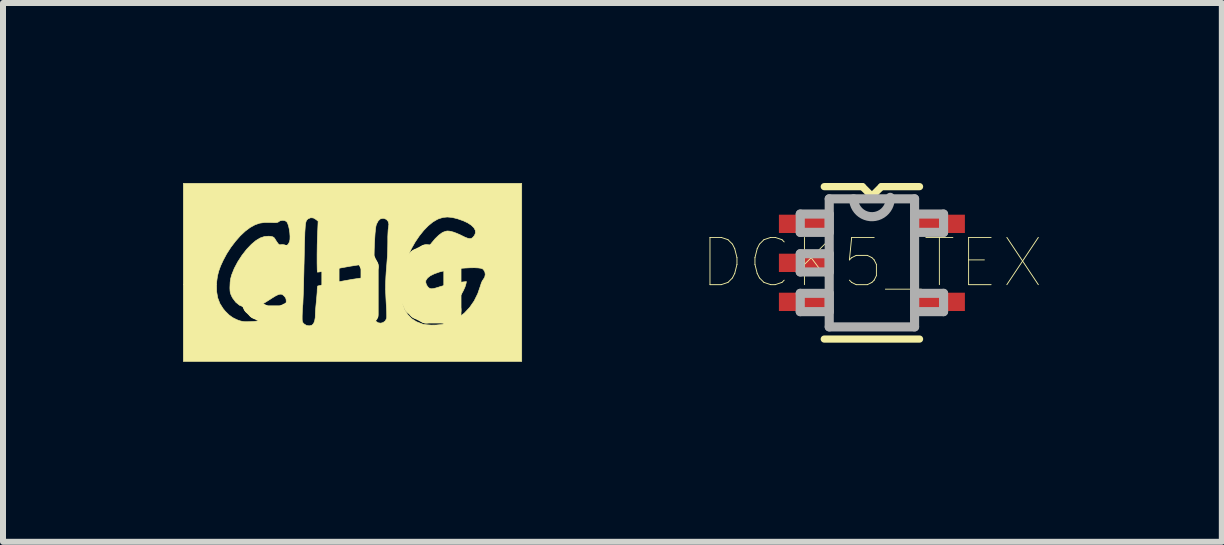
<source format=kicad_pcb>
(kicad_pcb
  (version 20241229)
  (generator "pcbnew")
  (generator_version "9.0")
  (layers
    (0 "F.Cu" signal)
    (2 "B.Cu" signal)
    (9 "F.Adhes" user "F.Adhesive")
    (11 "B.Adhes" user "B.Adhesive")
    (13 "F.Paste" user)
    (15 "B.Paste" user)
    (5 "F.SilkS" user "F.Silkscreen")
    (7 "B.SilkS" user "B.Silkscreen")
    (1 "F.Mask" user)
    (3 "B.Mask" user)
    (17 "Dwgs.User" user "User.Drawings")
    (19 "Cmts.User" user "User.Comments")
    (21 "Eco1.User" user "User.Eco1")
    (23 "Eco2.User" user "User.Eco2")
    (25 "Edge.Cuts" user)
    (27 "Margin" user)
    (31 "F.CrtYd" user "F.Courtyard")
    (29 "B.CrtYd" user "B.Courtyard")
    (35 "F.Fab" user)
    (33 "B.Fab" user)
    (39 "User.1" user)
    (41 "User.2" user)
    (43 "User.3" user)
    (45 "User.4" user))
  (footprint "DCK5_TEX"
    (layer "F.Cu")
    (at 11.479 1.33)
    (property "Reference" "DCK5_TEX" (at 0 0 0) (layer "F.SilkS") (effects (font (size 0.787 0.787) (thickness 0.015))))
    (attr through_hole)
    (fp_poly (pts (xy -1.549 -0.498) (xy -0.698 -0.498) (xy -0.698 -0.802) (xy -1.549 -0.802)) (stroke (width 0.01) (type solid)) (fill yes) (layer "F.Mask"))
    (fp_poly (pts (xy -1.549 0.152) (xy -0.698 0.152) (xy -0.698 -0.152) (xy -1.549 -0.152)) (stroke (width 0.01) (type solid)) (fill yes) (layer "F.Mask"))
    (fp_poly (pts (xy -1.549 0.802) (xy -0.698 0.802) (xy -0.698 0.498) (xy -1.549 0.498)) (stroke (width 0.01) (type solid)) (fill yes) (layer "F.Mask"))
    (fp_poly (pts (xy 0.698 -0.498) (xy 1.549 -0.498) (xy 1.549 -0.802) (xy 0.698 -0.802)) (stroke (width 0.01) (type solid)) (fill yes) (layer "F.Mask"))
    (fp_poly (pts (xy 0.698 0.802) (xy 1.549 0.802) (xy 1.549 0.498) (xy 0.698 0.498)) (stroke (width 0.01) (type solid)) (fill yes) (layer "F.Mask"))
    (fp_line (start -0.794 1.27) (end 0.794 1.27) (stroke (width 0.12) (type solid)) (layer "F.SilkS"))
    (fp_line (start -0.159 -1.27) (end -0.794 -1.27) (stroke (width 0.12) (type solid)) (layer "F.SilkS"))
    (fp_line (start -0.159 -1.27) (end 0 -1.111) (stroke (width 0.12) (type solid)) (layer "F.SilkS"))
    (fp_line (start 0.159 -1.27) (end 0 -1.111) (stroke (width 0.12) (type solid)) (layer "F.SilkS"))
    (fp_line (start 0.159 -1.27) (end 0.794 -1.27) (stroke (width 0.12) (type solid)) (layer "F.SilkS"))
    (fp_line (start -1.194 -0.813) (end -1.194 -0.508) (stroke (width 0.152) (type solid)) (layer "F.Fab"))
    (fp_line (start -1.194 -0.508) (end -0.711 -0.508) (stroke (width 0.152) (type solid)) (layer "F.Fab"))
    (fp_line (start -1.194 -0.152) (end -1.194 0.152) (stroke (width 0.152) (type solid)) (layer "F.Fab"))
    (fp_line (start -1.194 0.152) (end -0.711 0.152) (stroke (width 0.152) (type solid)) (layer "F.Fab"))
    (fp_line (start -1.194 0.508) (end -1.194 0.813) (stroke (width 0.152) (type solid)) (layer "F.Fab"))
    (fp_line (start -1.194 0.813) (end -0.711 0.813) (stroke (width 0.152) (type solid)) (layer "F.Fab"))
    (fp_line (start -0.711 -1.067) (end -0.711 1.067) (stroke (width 0.152) (type solid)) (layer "F.Fab"))
    (fp_line (start -0.711 -0.813) (end -1.194 -0.813) (stroke (width 0.152) (type solid)) (layer "F.Fab"))
    (fp_line (start -0.711 -0.508) (end -0.711 -0.813) (stroke (width 0.152) (type solid)) (layer "F.Fab"))
    (fp_line (start -0.711 -0.152) (end -1.194 -0.152) (stroke (width 0.152) (type solid)) (layer "F.Fab"))
    (fp_line (start -0.711 0.152) (end -0.711 -0.152) (stroke (width 0.152) (type solid)) (layer "F.Fab"))
    (fp_line (start -0.711 0.508) (end -1.194 0.508) (stroke (width 0.152) (type solid)) (layer "F.Fab"))
    (fp_line (start -0.711 0.813) (end -0.711 0.508) (stroke (width 0.152) (type solid)) (layer "F.Fab"))
    (fp_line (start -0.711 1.067) (end 0.711 1.067) (stroke (width 0.152) (type solid)) (layer "F.Fab"))
    (fp_line (start 0.711 -1.067) (end -0.711 -1.067) (stroke (width 0.152) (type solid)) (layer "F.Fab"))
    (fp_line (start 0.711 -0.813) (end 0.711 -0.508) (stroke (width 0.152) (type solid)) (layer "F.Fab"))
    (fp_line (start 0.711 -0.508) (end 1.194 -0.508) (stroke (width 0.152) (type solid)) (layer "F.Fab"))
    (fp_line (start 0.711 0.508) (end 0.711 0.813) (stroke (width 0.152) (type solid)) (layer "F.Fab"))
    (fp_line (start 0.711 0.813) (end 1.194 0.813) (stroke (width 0.152) (type solid)) (layer "F.Fab"))
    (fp_line (start 0.711 1.067) (end 0.711 -1.067) (stroke (width 0.152) (type solid)) (layer "F.Fab"))
    (fp_line (start 1.194 -0.813) (end 0.711 -0.813) (stroke (width 0.152) (type solid)) (layer "F.Fab"))
    (fp_line (start 1.194 -0.508) (end 1.194 -0.813) (stroke (width 0.152) (type solid)) (layer "F.Fab"))
    (fp_line (start 1.194 0.508) (end 0.711 0.508) (stroke (width 0.152) (type solid)) (layer "F.Fab"))
    (fp_line (start 1.194 0.813) (end 1.194 0.508) (stroke (width 0.152) (type solid)) (layer "F.Fab"))
    (fp_arc (start 0.305 -1.092) (mid 0.012501 -0.774468) (end -0.305001 -1.067) (stroke (width 0.152) (type solid)) (layer "F.Fab"))
    (pad "1" smd rect (at -1.124 -0.65) (size 0.851 0.305) (layers "F.Cu" "F.Paste"))
    (pad "2" smd rect (at -1.124 0) (size 0.851 0.305) (layers "F.Cu" "F.Paste"))
    (pad "3" smd rect (at -1.124 0.65) (size 0.851 0.305) (layers "F.Cu" "F.Paste"))
    (pad "4" smd rect (at 1.124 0.65) (size 0.851 0.305) (layers "F.Cu" "F.Paste"))
    (pad "5" smd rect (at 1.124 -0.65) (size 0.851 0.305) (layers "F.Cu" "F.Paste")))
  (footprint "chg"
    (layer "F.Cu")
    (at 2.819 1.5)
    (property "Reference" "chg" (at 0 0 0) (layer "F.SilkS") (effects (font (size 1.524 1.524) (thickness 0.3))))
    (attr through_hole)
    (fp_poly (pts (xy 2.825 1.473) (xy -2.814 1.473) (xy -2.814 0.192) (xy -2.261 0.192) (xy -2.259 0.31) (xy -2.241 0.414) (xy -2.205 0.508) (xy -2.151 0.593) (xy -2.114 0.638) (xy -2.053 0.698) (xy -1.993 0.742) (xy -1.927 0.775) (xy -1.892 0.789) (xy -1.856 0.8) (xy -1.823 0.807) (xy -1.788 0.811) (xy -1.742 0.811) (xy -1.698 0.809) (xy -1.636 0.806) (xy -1.587 0.8) (xy -1.543 0.79) (xy -1.495 0.774) (xy -1.482 0.77) (xy -1.412 0.74) (xy -1.383 0.723) (xy -0.834 0.723) (xy -0.834 0.769) (xy -0.832 0.799) (xy -0.826 0.819) (xy -0.815 0.835) (xy -0.803 0.847) (xy -0.764 0.872) (xy -0.717 0.88) (xy -0.672 0.869) (xy -0.669 0.867) (xy -0.644 0.842) (xy -0.626 0.799) (xy -0.616 0.742) (xy -0.615 0.712) (xy -0.614 0.675) (xy -0.611 0.622) (xy -0.606 0.561) (xy -0.6 0.498) (xy -0.599 0.489) (xy -0.593 0.428) (xy -0.588 0.369) (xy -0.584 0.318) (xy -0.583 0.283) (xy -0.583 0.278) (xy -0.581 0.245) (xy -0.577 0.222) (xy -0.574 0.216) (xy -0.562 0.213) (xy -0.53 0.206) (xy -0.483 0.196) (xy -0.423 0.184) (xy -0.353 0.17) (xy -0.276 0.156) (xy -0.275 0.155) (xy -0.167 0.135) (xy -0.077 0.119) (xy -0.000292 0.105) (xy 0.068 0.095) (xy 0.131 0.086) (xy 0.193 0.079) (xy 0.259 0.072) (xy 0.267 0.071) (xy 0.341 0.064) (xy 0.341 0.205) (xy 0.341 0.264) (xy 0.343 0.338) (xy 0.346 0.42) (xy 0.35 0.502) (xy 0.354 0.561) (xy 0.358 0.634) (xy 0.362 0.689) (xy 0.366 0.729) (xy 0.37 0.756) (xy 0.375 0.775) (xy 0.382 0.788) (xy 0.391 0.799) (xy 0.397 0.805) (xy 0.434 0.829) (xy 0.476 0.835) (xy 0.516 0.824) (xy 0.55 0.798) (xy 0.572 0.759) (xy 0.574 0.751) (xy 0.575 0.733) (xy 0.575 0.697) (xy 0.574 0.646) (xy 0.571 0.583) (xy 0.567 0.512) (xy 0.565 0.476) (xy 0.561 0.397) (xy 0.558 0.328) (xy 0.556 0.268) (xy 0.813 0.268) (xy 0.813 0.268) (xy 0.82 0.399) (xy 0.841 0.513) (xy 0.877 0.611) (xy 0.927 0.693) (xy 0.991 0.76) (xy 1.071 0.811) (xy 1.166 0.848) (xy 1.176 0.851) (xy 1.24 0.862) (xy 1.317 0.867) (xy 1.399 0.866) (xy 1.479 0.859) (xy 1.543 0.847) (xy 1.661 0.805) (xy 1.77 0.745) (xy 1.869 0.667) (xy 1.957 0.573) (xy 2.032 0.465) (xy 2.092 0.344) (xy 2.137 0.213) (xy 2.138 0.209) (xy 2.152 0.165) (xy 2.169 0.128) (xy 2.182 0.11) (xy 2.208 0.069) (xy 2.217 0.023) (xy 2.21 -0.021) (xy 2.186 -0.058) (xy 2.17 -0.071) (xy 2.143 -0.08) (xy 2.097 -0.086) (xy 2.037 -0.089) (xy 1.965 -0.088) (xy 1.885 -0.084) (xy 1.8 -0.078) (xy 1.715 -0.069) (xy 1.632 -0.057) (xy 1.555 -0.043) (xy 1.454 -0.018) (xy 1.369 0.012) (xy 1.302 0.045) (xy 1.255 0.082) (xy 1.229 0.121) (xy 1.226 0.128) (xy 1.226 0.16) (xy 1.238 0.197) (xy 1.26 0.23) (xy 1.276 0.246) (xy 1.296 0.257) (xy 1.319 0.262) (xy 1.347 0.26) (xy 1.386 0.251) (xy 1.44 0.235) (xy 1.466 0.226) (xy 1.603 0.187) (xy 1.758 0.159) (xy 1.839 0.149) (xy 1.903 0.142) (xy 1.896 0.178) (xy 1.88 0.231) (xy 1.852 0.293) (xy 1.817 0.357) (xy 1.779 0.417) (xy 1.74 0.466) (xy 1.731 0.476) (xy 1.649 0.543) (xy 1.558 0.592) (xy 1.459 0.623) (xy 1.357 0.634) (xy 1.273 0.628) (xy 1.212 0.615) (xy 1.167 0.599) (xy 1.132 0.576) (xy 1.106 0.549) (xy 1.078 0.507) (xy 1.059 0.453) (xy 1.047 0.386) (xy 1.041 0.301) (xy 1.041 0.253) (xy 1.049 0.115) (xy 1.07 -0.012) (xy 1.108 -0.134) (xy 1.162 -0.255) (xy 1.235 -0.378) (xy 1.257 -0.412) (xy 1.321 -0.499) (xy 1.383 -0.573) (xy 1.442 -0.63) (xy 1.496 -0.67) (xy 1.519 -0.682) (xy 1.555 -0.695) (xy 1.583 -0.701) (xy 1.615 -0.699) (xy 1.643 -0.694) (xy 1.685 -0.683) (xy 1.739 -0.663) (xy 1.797 -0.638) (xy 1.819 -0.627) (xy 1.88 -0.597) (xy 1.927 -0.579) (xy 1.962 -0.573) (xy 1.99 -0.579) (xy 2.013 -0.597) (xy 2.036 -0.626) (xy 2.037 -0.626) (xy 2.054 -0.668) (xy 2.051 -0.712) (xy 2.028 -0.755) (xy 1.985 -0.797) (xy 1.924 -0.837) (xy 1.851 -0.871) (xy 1.751 -0.906) (xy 1.664 -0.927) (xy 1.586 -0.934) (xy 1.514 -0.927) (xy 1.444 -0.906) (xy 1.417 -0.894) (xy 1.344 -0.851) (xy 1.268 -0.789) (xy 1.192 -0.711) (xy 1.119 -0.62) (xy 1.051 -0.52) (xy 0.99 -0.413) (xy 0.979 -0.39) (xy 0.916 -0.251) (xy 0.869 -0.12) (xy 0.837 0.007) (xy 0.819 0.134) (xy 0.813 0.268) (xy 0.556 0.268) (xy 0.556 0.265) (xy 0.556 0.203) (xy 0.558 0.138) (xy 0.561 0.067) (xy 0.566 -0.015) (xy 0.574 -0.11) (xy 0.582 -0.22) (xy 0.587 -0.283) (xy 0.59 -0.359) (xy 0.592 -0.44) (xy 0.593 -0.517) (xy 0.593 -0.533) (xy 0.593 -0.604) (xy 0.596 -0.668) (xy 0.599 -0.72) (xy 0.604 -0.756) (xy 0.605 -0.762) (xy 0.611 -0.816) (xy 0.599 -0.86) (xy 0.572 -0.893) (xy 0.532 -0.91) (xy 0.508 -0.912) (xy 0.468 -0.902) (xy 0.434 -0.87) (xy 0.406 -0.817) (xy 0.401 -0.804) (xy 0.394 -0.775) (xy 0.388 -0.727) (xy 0.381 -0.662) (xy 0.376 -0.584) (xy 0.371 -0.495) (xy 0.367 -0.398) (xy 0.365 -0.296) (xy 0.363 -0.223) (xy 0.363 -0.154) (xy 0.303 -0.154) (xy 0.245 -0.151) (xy 0.17 -0.144) (xy 0.076 -0.131) (xy -0.038 -0.113) (xy -0.171 -0.089) (xy -0.291 -0.066) (xy -0.367 -0.052) (xy -0.435 -0.039) (xy -0.494 -0.028) (xy -0.539 -0.02) (xy -0.568 -0.016) (xy -0.579 -0.015) (xy -0.581 -0.028) (xy -0.583 -0.059) (xy -0.584 -0.107) (xy -0.585 -0.167) (xy -0.585 -0.236) (xy -0.585 -0.312) (xy -0.584 -0.39) (xy -0.583 -0.468) (xy -0.581 -0.543) (xy -0.579 -0.612) (xy -0.578 -0.627) (xy -0.568 -0.864) (xy -0.604 -0.893) (xy -0.647 -0.918) (xy -0.691 -0.922) (xy -0.733 -0.905) (xy -0.743 -0.897) (xy -0.752 -0.888) (xy -0.76 -0.878) (xy -0.767 -0.864) (xy -0.773 -0.844) (xy -0.778 -0.818) (xy -0.782 -0.783) (xy -0.785 -0.737) (xy -0.789 -0.68) (xy -0.791 -0.61) (xy -0.794 -0.524) (xy -0.797 -0.422) (xy -0.799 -0.301) (xy -0.802 -0.16) (xy -0.803 -0.137) (xy -0.805 -0.024) (xy -0.808 0.087) (xy -0.81 0.19) (xy -0.813 0.286) (xy -0.816 0.37) (xy -0.819 0.44) (xy -0.821 0.493) (xy -0.823 0.528) (xy -0.824 0.533) (xy -0.829 0.593) (xy -0.832 0.659) (xy -0.834 0.718) (xy -0.834 0.723) (xy -1.383 0.723) (xy -1.336 0.698) (xy -1.26 0.651) (xy -1.192 0.601) (xy -1.146 0.561) (xy -1.119 0.533) (xy -1.105 0.51) (xy -1.1 0.484) (xy -1.099 0.468) (xy -1.103 0.429) (xy -1.12 0.399) (xy -1.131 0.386) (xy -1.154 0.365) (xy -1.177 0.353) (xy -1.204 0.352) (xy -1.236 0.361) (xy -1.279 0.382) (xy -1.333 0.415) (xy -1.376 0.443) (xy -1.457 0.494) (xy -1.526 0.531) (xy -1.589 0.556) (xy -1.648 0.571) (xy -1.709 0.576) (xy -1.726 0.577) (xy -1.806 0.566) (xy -1.878 0.536) (xy -1.94 0.486) (xy -1.992 0.417) (xy -2.009 0.385) (xy -2.023 0.353) (xy -2.032 0.325) (xy -2.036 0.293) (xy -2.038 0.25) (xy -2.037 0.22) (xy -2.034 0.152) (xy -2.026 0.095) (xy -2.01 0.036) (xy -2.007 0.027) (xy -1.965 -0.078) (xy -1.907 -0.187) (xy -1.837 -0.295) (xy -1.759 -0.395) (xy -1.68 -0.478) (xy -1.605 -0.541) (xy -1.534 -0.584) (xy -1.464 -0.608) (xy -1.393 -0.614) (xy -1.357 -0.611) (xy -1.325 -0.604) (xy -1.304 -0.592) (xy -1.286 -0.568) (xy -1.277 -0.552) (xy -1.253 -0.516) (xy -1.228 -0.482) (xy -1.218 -0.471) (xy -1.182 -0.446) (xy -1.142 -0.44) (xy -1.102 -0.451) (xy -1.068 -0.478) (xy -1.045 -0.52) (xy -1.044 -0.522) (xy -1.037 -0.562) (xy -1.036 -0.614) (xy -1.04 -0.673) (xy -1.049 -0.732) (xy -1.061 -0.786) (xy -1.076 -0.829) (xy -1.091 -0.855) (xy -1.123 -0.874) (xy -1.163 -0.879) (xy -1.203 -0.87) (xy -1.222 -0.858) (xy -1.235 -0.849) (xy -1.252 -0.843) (xy -1.277 -0.841) (xy -1.314 -0.841) (xy -1.364 -0.843) (xy -1.46 -0.843) (xy -1.543 -0.831) (xy -1.62 -0.804) (xy -1.698 -0.761) (xy -1.704 -0.757) (xy -1.783 -0.698) (xy -1.865 -0.621) (xy -1.945 -0.53) (xy -2.022 -0.429) (xy -2.091 -0.322) (xy -2.149 -0.214) (xy -2.193 -0.119) (xy -2.224 -0.033) (xy -2.245 0.049) (xy -2.257 0.135) (xy -2.261 0.192) (xy -2.814 0.192) (xy -2.814 -1.495) (xy 2.825 -1.495) (xy 2.825 1.473)) (stroke (width 0.01) (type solid)) (fill yes) (layer "F.SilkS")))
  (gr_rect
    (start -3 -3)
    (end 17.31 5.978)
    (stroke (width 0.1) (type default))
    (fill no)
    (layer "Edge.Cuts")))
</source>
